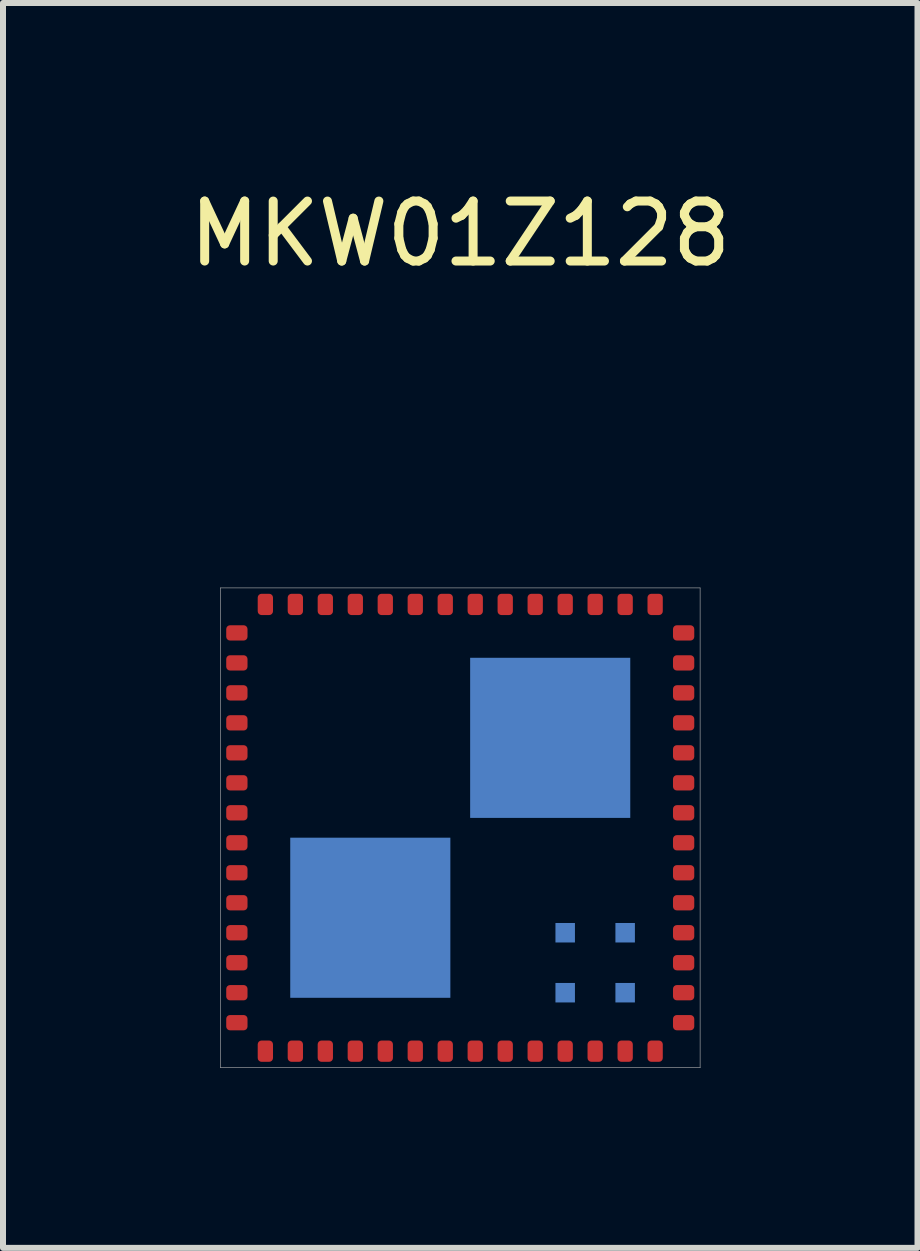
<source format=kicad_pcb>
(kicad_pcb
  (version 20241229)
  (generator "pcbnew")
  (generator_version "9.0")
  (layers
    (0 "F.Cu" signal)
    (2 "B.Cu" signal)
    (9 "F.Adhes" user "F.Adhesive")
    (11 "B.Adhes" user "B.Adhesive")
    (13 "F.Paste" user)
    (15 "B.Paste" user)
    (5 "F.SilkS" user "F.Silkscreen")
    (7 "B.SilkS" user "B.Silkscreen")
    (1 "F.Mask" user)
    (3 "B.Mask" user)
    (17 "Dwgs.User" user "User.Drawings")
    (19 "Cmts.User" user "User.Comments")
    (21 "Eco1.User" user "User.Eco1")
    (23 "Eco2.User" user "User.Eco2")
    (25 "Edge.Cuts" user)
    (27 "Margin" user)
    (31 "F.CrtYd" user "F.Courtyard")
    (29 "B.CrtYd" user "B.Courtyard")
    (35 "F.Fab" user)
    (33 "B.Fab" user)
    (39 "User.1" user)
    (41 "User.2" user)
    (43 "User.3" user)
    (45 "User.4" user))
  (footprint "MKW01Z128"
    (layer "F.Cu")
    (at 4.625 10.754)
    (property "Reference" "MKW01Z128" (at 0 -9.906 0) (layer "F.SilkS") (effects (font (size 1 1) (thickness 0.15))))
    (attr through_hole)
    (fp_line (start -4 -4) (end -4 4) (stroke (width 0.01) (type solid)) (layer "F.Fab"))
    (fp_line (start -4 4) (end 4 4) (stroke (width 0.01) (type solid)) (layer "F.Fab"))
    (fp_line (start 4 -4) (end -4 -4) (stroke (width 0.01) (type solid)) (layer "F.Fab"))
    (fp_line (start 4 4) (end 4 -4) (stroke (width 0.01) (type solid)) (layer "F.Fab"))
    (pad "1" connect roundrect (at -3.725 -3.25) (size 0.355 0.255) (layers "F.Cu" "F.Mask") (roundrect_rratio 0.25))
    (pad "2" connect roundrect (at -3.725 -2.75) (size 0.355 0.255) (layers "F.Cu" "F.Mask") (roundrect_rratio 0.25))
    (pad "3" connect roundrect (at -3.725 -2.25) (size 0.355 0.255) (layers "F.Cu" "F.Mask") (roundrect_rratio 0.25))
    (pad "4" connect roundrect (at -3.725 -1.75) (size 0.355 0.255) (layers "F.Cu" "F.Mask") (roundrect_rratio 0.25))
    (pad "5" connect roundrect (at -3.725 -1.25) (size 0.355 0.255) (layers "F.Cu" "F.Mask") (roundrect_rratio 0.25))
    (pad "6" connect roundrect (at -3.725 -0.75) (size 0.355 0.255) (layers "F.Cu" "F.Mask") (roundrect_rratio 0.25))
    (pad "7" connect roundrect (at -3.725 -0.25) (size 0.355 0.255) (layers "F.Cu" "F.Mask") (roundrect_rratio 0.25))
    (pad "8" connect roundrect (at -3.725 0.25) (size 0.355 0.255) (layers "F.Cu" "F.Mask") (roundrect_rratio 0.25))
    (pad "9" connect roundrect (at -3.725 0.75) (size 0.355 0.255) (layers "F.Cu" "F.Mask") (roundrect_rratio 0.25))
    (pad "10" connect roundrect (at -3.725 1.25) (size 0.355 0.255) (layers "F.Cu" "F.Mask") (roundrect_rratio 0.25))
    (pad "11" connect roundrect (at -3.725 1.75) (size 0.355 0.255) (layers "F.Cu" "F.Mask") (roundrect_rratio 0.25))
    (pad "12" connect roundrect (at -3.725 2.25) (size 0.355 0.255) (layers "F.Cu" "F.Mask") (roundrect_rratio 0.25))
    (pad "13" connect roundrect (at -3.725 2.75) (size 0.355 0.255) (layers "F.Cu" "F.Mask") (roundrect_rratio 0.25))
    (pad "14" connect roundrect (at -3.725 3.25) (size 0.355 0.255) (layers "F.Cu" "F.Mask") (roundrect_rratio 0.25))
    (pad "15" connect roundrect (at -3.25 3.725) (size 0.255 0.355) (layers "F.Cu" "F.Mask") (roundrect_rratio 0.25))
    (pad "16" connect roundrect (at -2.75 3.725) (size 0.255 0.355) (layers "F.Cu" "F.Mask") (roundrect_rratio 0.25))
    (pad "17" connect roundrect (at -2.25 3.725) (size 0.255 0.355) (layers "F.Cu" "F.Mask") (roundrect_rratio 0.25))
    (pad "18" connect roundrect (at -1.75 3.725) (size 0.255 0.355) (layers "F.Cu" "F.Mask") (roundrect_rratio 0.25))
    (pad "19" connect roundrect (at -1.25 3.725) (size 0.255 0.355) (layers "F.Cu" "F.Mask") (roundrect_rratio 0.25))
    (pad "20" connect roundrect (at -0.75 3.725) (size 0.255 0.355) (layers "F.Cu" "F.Mask") (roundrect_rratio 0.25))
    (pad "21" connect roundrect (at -0.25 3.725) (size 0.255 0.355) (layers "F.Cu" "F.Mask") (roundrect_rratio 0.25))
    (pad "22" connect roundrect (at 0.25 3.725) (size 0.255 0.355) (layers "F.Cu" "F.Mask") (roundrect_rratio 0.25))
    (pad "23" connect roundrect (at 0.75 3.725) (size 0.255 0.355) (layers "F.Cu" "F.Mask") (roundrect_rratio 0.25))
    (pad "24" connect roundrect (at 1.25 3.725) (size 0.255 0.355) (layers "F.Cu" "F.Mask") (roundrect_rratio 0.25))
    (pad "25" connect roundrect (at 1.75 3.725) (size 0.255 0.355) (layers "F.Cu" "F.Mask") (roundrect_rratio 0.25))
    (pad "26" connect roundrect (at 2.25 3.725) (size 0.255 0.355) (layers "F.Cu" "F.Mask") (roundrect_rratio 0.25))
    (pad "27" connect roundrect (at 2.75 3.725) (size 0.255 0.355) (layers "F.Cu" "F.Mask") (roundrect_rratio 0.25))
    (pad "28" connect roundrect (at 3.25 3.725) (size 0.255 0.355) (layers "F.Cu" "F.Mask") (roundrect_rratio 0.25))
    (pad "29" connect roundrect (at 3.725 3.25) (size 0.355 0.255) (layers "F.Cu" "F.Mask") (roundrect_rratio 0.25))
    (pad "30" connect roundrect (at 3.725 2.75) (size 0.355 0.255) (layers "F.Cu" "F.Mask") (roundrect_rratio 0.25))
    (pad "31" connect roundrect (at 3.725 2.25) (size 0.355 0.255) (layers "F.Cu" "F.Mask") (roundrect_rratio 0.25))
    (pad "32" connect roundrect (at 3.725 1.75) (size 0.355 0.255) (layers "F.Cu" "F.Mask") (roundrect_rratio 0.25))
    (pad "33" connect roundrect (at 3.725 1.25) (size 0.355 0.255) (layers "F.Cu" "F.Mask") (roundrect_rratio 0.25))
    (pad "34" connect roundrect (at 3.725 0.75) (size 0.355 0.255) (layers "F.Cu" "F.Mask") (roundrect_rratio 0.25))
    (pad "35" connect roundrect (at 3.725 0.25) (size 0.355 0.255) (layers "F.Cu" "F.Mask") (roundrect_rratio 0.25))
    (pad "36" connect roundrect (at 3.725 -0.25) (size 0.355 0.255) (layers "F.Cu" "F.Mask") (roundrect_rratio 0.25))
    (pad "37" connect roundrect (at 3.725 -0.75) (size 0.355 0.255) (layers "F.Cu" "F.Mask") (roundrect_rratio 0.25))
    (pad "38" connect roundrect (at 3.725 -1.25) (size 0.355 0.255) (layers "F.Cu" "F.Mask") (roundrect_rratio 0.25))
    (pad "39" connect roundrect (at 3.725 -1.75) (size 0.355 0.255) (layers "F.Cu" "F.Mask") (roundrect_rratio 0.25))
    (pad "40" connect roundrect (at 3.725 -2.25) (size 0.355 0.255) (layers "F.Cu" "F.Mask") (roundrect_rratio 0.25))
    (pad "41" connect roundrect (at 3.725 -2.75) (size 0.355 0.255) (layers "F.Cu" "F.Mask") (roundrect_rratio 0.25))
    (pad "42" connect roundrect (at 3.725 -3.25) (size 0.355 0.255) (layers "F.Cu" "F.Mask") (roundrect_rratio 0.25))
    (pad "43" connect roundrect (at 3.25 -3.725) (size 0.255 0.355) (layers "F.Cu" "F.Mask") (roundrect_rratio 0.25))
    (pad "44" connect roundrect (at 2.75 -3.725) (size 0.255 0.355) (layers "F.Cu" "F.Mask") (roundrect_rratio 0.25))
    (pad "45" connect roundrect (at 2.25 -3.725) (size 0.255 0.355) (layers "F.Cu" "F.Mask") (roundrect_rratio 0.25))
    (pad "46" connect roundrect (at 1.75 -3.725) (size 0.255 0.355) (layers "F.Cu" "F.Mask") (roundrect_rratio 0.25))
    (pad "47" connect roundrect (at 1.25 -3.725) (size 0.255 0.355) (layers "F.Cu" "F.Mask") (roundrect_rratio 0.25))
    (pad "48" connect roundrect (at 0.75 -3.725) (size 0.255 0.355) (layers "F.Cu" "F.Mask") (roundrect_rratio 0.25))
    (pad "49" connect roundrect (at 0.25 -3.725) (size 0.255 0.355) (layers "F.Cu" "F.Mask") (roundrect_rratio 0.25))
    (pad "50" connect roundrect (at -0.25 -3.725) (size 0.255 0.355) (layers "F.Cu" "F.Mask") (roundrect_rratio 0.25))
    (pad "51" connect roundrect (at -0.75 -3.725) (size 0.255 0.355) (layers "F.Cu" "F.Mask") (roundrect_rratio 0.25))
    (pad "52" connect roundrect (at -1.25 -3.725) (size 0.255 0.355) (layers "F.Cu" "F.Mask") (roundrect_rratio 0.25))
    (pad "53" connect roundrect (at -1.75 -3.725) (size 0.255 0.355) (layers "F.Cu" "F.Mask") (roundrect_rratio 0.25))
    (pad "54" connect roundrect (at -2.25 -3.725) (size 0.255 0.355) (layers "F.Cu" "F.Mask") (roundrect_rratio 0.25))
    (pad "55" connect roundrect (at -2.75 -3.725) (size 0.255 0.355) (layers "F.Cu" "F.Mask") (roundrect_rratio 0.25))
    (pad "56" connect roundrect (at -3.25 -3.725) (size 0.255 0.355) (layers "F.Cu" "F.Mask") (roundrect_rratio 0.25))
    (pad "57" smd rect (at 1.75 1.75) (size 0.325 0.325) (layers "B.Cu" "B.Mask" "B.Paste"))
    (pad "58" smd rect (at 2.75 1.75) (size 0.325 0.325) (layers "B.Cu" "B.Mask" "B.Paste"))
    (pad "59" smd rect (at 1.75 2.75) (size 0.325 0.325) (layers "B.Cu" "B.Mask" "B.Paste"))
    (pad "60" smd rect (at 2.75 2.75) (size 0.325 0.325) (layers "B.Cu" "B.Mask" "B.Paste"))
    (pad "MCU Ground Region" connect rect (at -1.5 1.5) (size 2.67 2.67) (layers "B.Cu" "B.Mask"))
    (pad "RF Ground Region" smd rect (at 1.5 -1.5) (size 2.67 2.67) (layers "B.Cu" "B.Mask" "B.Paste")))
  (gr_rect
    (start -3 -3)
    (end 12.25 17.759)
    (stroke (width 0.1) (type default))
    (fill no)
    (layer "Edge.Cuts")))
</source>
